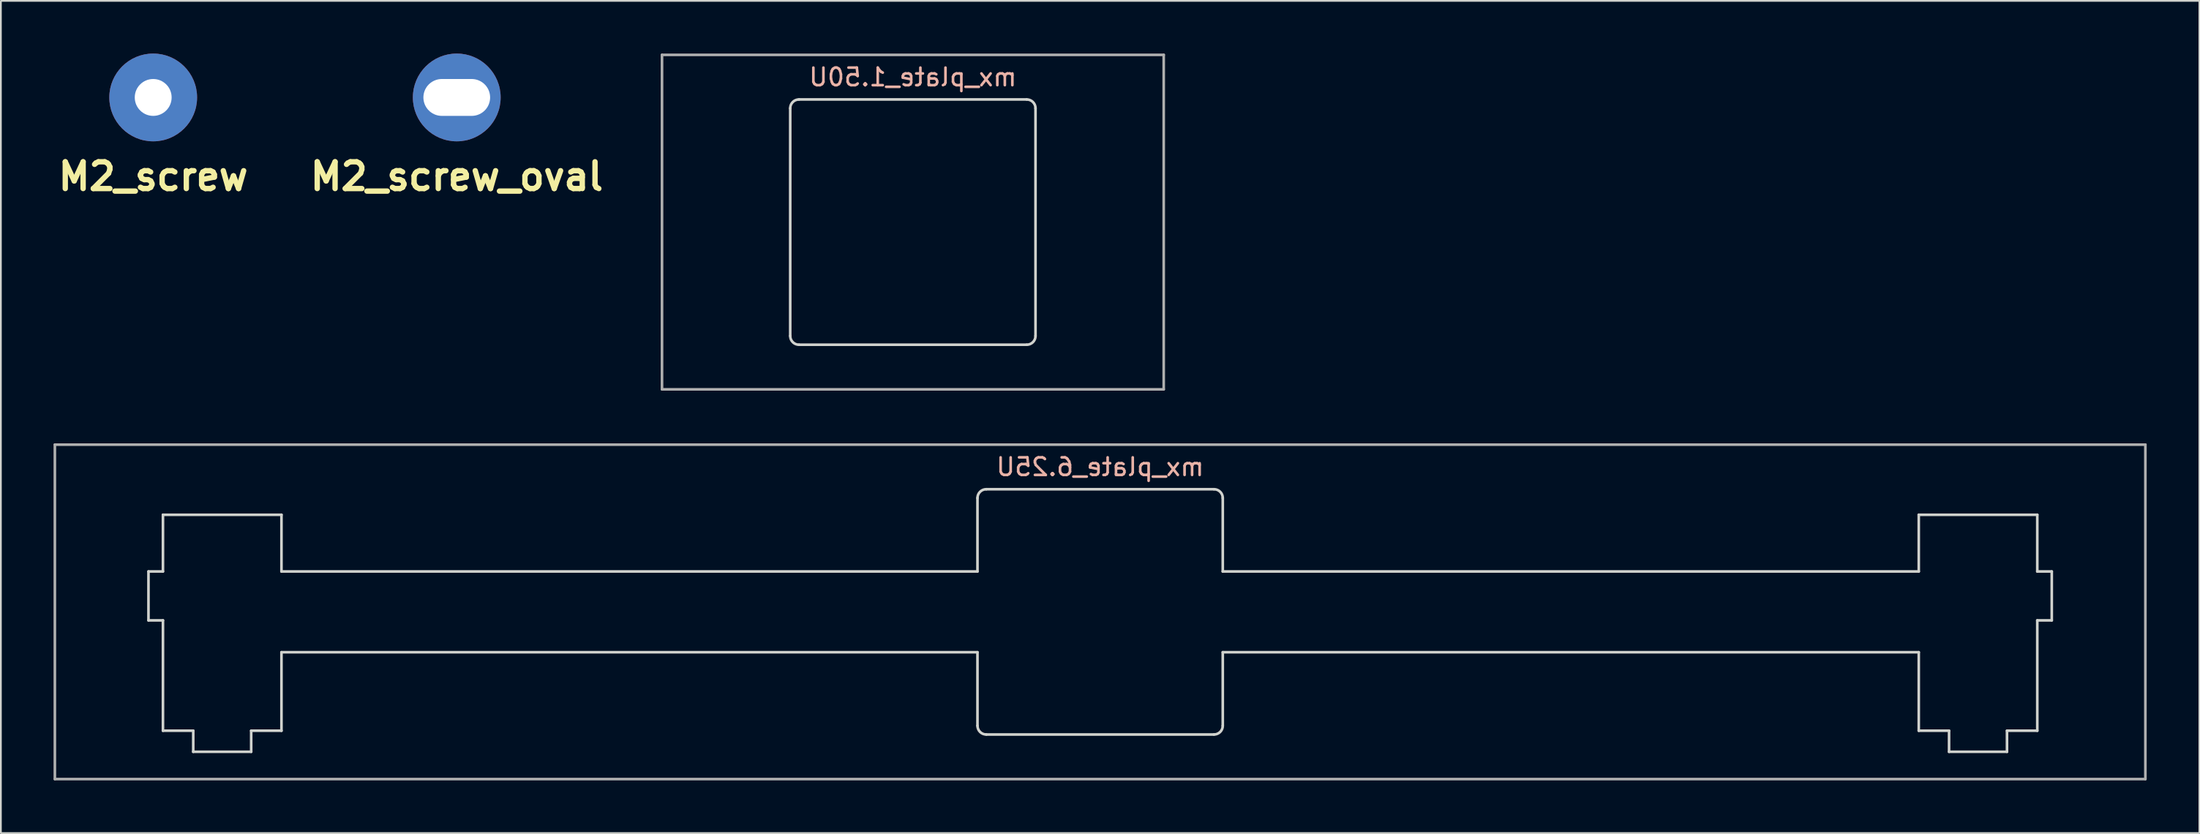
<source format=kicad_pcb>
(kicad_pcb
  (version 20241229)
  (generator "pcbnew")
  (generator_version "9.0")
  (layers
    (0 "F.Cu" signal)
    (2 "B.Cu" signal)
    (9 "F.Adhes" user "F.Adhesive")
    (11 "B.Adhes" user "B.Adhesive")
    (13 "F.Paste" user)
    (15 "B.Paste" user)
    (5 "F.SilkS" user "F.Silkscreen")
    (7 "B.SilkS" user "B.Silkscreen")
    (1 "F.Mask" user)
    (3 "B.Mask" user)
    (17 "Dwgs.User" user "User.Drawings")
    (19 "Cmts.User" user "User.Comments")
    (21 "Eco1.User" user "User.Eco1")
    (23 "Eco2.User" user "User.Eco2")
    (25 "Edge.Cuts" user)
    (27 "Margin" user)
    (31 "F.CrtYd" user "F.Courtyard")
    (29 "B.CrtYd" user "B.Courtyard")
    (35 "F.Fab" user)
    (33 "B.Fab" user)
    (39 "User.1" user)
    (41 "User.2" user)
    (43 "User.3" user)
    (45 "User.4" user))
  (footprint "mx_plate_1.50U"
    (layer "F.Cu")
    (at 48.941 9.6)
    (property "Reference" "mx_plate_1.50U" (at 0 -8.255 0) (layer "B.SilkS") (effects (font (size 1 1) (thickness 0.15)) (justify mirror)))
    (attr smd)
    (fp_line (start -6.985 6.485) (end -6.985 -6.485) (stroke (width 0.15) (type solid)) (layer "Edge.Cuts"))
    (fp_line (start -6.485 -6.985) (end 6.485 -6.985) (stroke (width 0.15) (type solid)) (layer "Edge.Cuts"))
    (fp_line (start 6.485 6.985) (end -6.485 6.985) (stroke (width 0.15) (type solid)) (layer "Edge.Cuts"))
    (fp_line (start 6.985 -6.485) (end 6.985 6.485) (stroke (width 0.15) (type solid)) (layer "Edge.Cuts"))
    (fp_arc (start -6.985 -6.485) (mid -6.838553 -6.838553) (end -6.485 -6.985) (stroke (width 0.15) (type solid)) (layer "Edge.Cuts"))
    (fp_arc (start -6.485 6.985) (mid -6.838553 6.838553) (end -6.985 6.485) (stroke (width 0.15) (type solid)) (layer "Edge.Cuts"))
    (fp_arc (start 6.485 -6.985) (mid 6.838553 -6.838553) (end 6.985 -6.485) (stroke (width 0.15) (type solid)) (layer "Edge.Cuts"))
    (fp_arc (start 6.985 6.485) (mid 6.838553 6.838553) (end 6.485 6.985) (stroke (width 0.15) (type solid)) (layer "Edge.Cuts"))
    (fp_line (start -14.287 -9.525) (end 14.287 -9.525) (stroke (width 0.15) (type solid)) (layer "F.Fab"))
    (fp_line (start -14.287 9.525) (end -14.287 -9.525) (stroke (width 0.15) (type solid)) (layer "F.Fab"))
    (fp_line (start 14.287 -9.525) (end 14.287 9.525) (stroke (width 0.15) (type solid)) (layer "F.Fab"))
    (fp_line (start 14.287 9.525) (end -14.287 9.525) (stroke (width 0.15) (type solid)) (layer "F.Fab")))
  (footprint "M2_screw_oval"
    (layer "F.Cu")
    (at 22.964 2.5)
    (property "Reference" "M2_screw_oval" (at 0 4.5 0) (layer "F.SilkS") (effects (font (size 1.524 1.524) (thickness 0.305))))
    (attr exclude_from_pos_files exclude_from_bom)
    (pad "1" thru_hole circle (at 0 0) (size 5 5) (drill oval 3.8 2.1) (layers "*.Cu" "*.Mask")))
  (footprint "M2_screw"
    (layer "F.Cu")
    (at 5.675 2.5)
    (property "Reference" "M2_screw" (at 0 4.5 0) (layer "F.SilkS") (effects (font (size 1.524 1.524) (thickness 0.305))))
    (attr exclude_from_pos_files exclude_from_bom)
    (pad "1" thru_hole circle (at 0 0) (size 5 5) (drill 2.1) (layers "*.Cu" "*.Mask")))
  (footprint "mx_plate_6.25U"
    (layer "F.Cu")
    (at 59.606 31.8)
    (property "Reference" "mx_plate_6.25U" (at 0 -8.255 0) (layer "B.SilkS") (effects (font (size 1 1) (thickness 0.15)) (justify mirror)))
    (attr smd)
    (fp_line (start -54.2 -2.3) (end -54.2 0.485) (stroke (width 0.15) (type solid)) (layer "Edge.Cuts"))
    (fp_line (start -54.2 -2.3) (end -53.375 -2.3) (stroke (width 0.15) (type solid)) (layer "Edge.Cuts"))
    (fp_line (start -54.2 0.485) (end -53.375 0.485) (stroke (width 0.15) (type solid)) (layer "Edge.Cuts"))
    (fp_line (start -53.375 -5.53) (end -53.375 -2.3) (stroke (width 0.15) (type solid)) (layer "Edge.Cuts"))
    (fp_line (start -53.375 -5.53) (end -46.625 -5.53) (stroke (width 0.15) (type solid)) (layer "Edge.Cuts"))
    (fp_line (start -53.375 0.485) (end -53.375 6.77) (stroke (width 0.15) (type solid)) (layer "Edge.Cuts"))
    (fp_line (start -53.375 6.77) (end -51.65 6.77) (stroke (width 0.15) (type solid)) (layer "Edge.Cuts"))
    (fp_line (start -51.65 6.77) (end -51.65 7.97) (stroke (width 0.15) (type solid)) (layer "Edge.Cuts"))
    (fp_line (start -51.65 7.97) (end -48.35 7.97) (stroke (width 0.15) (type solid)) (layer "Edge.Cuts"))
    (fp_line (start -48.35 6.77) (end -48.35 7.97) (stroke (width 0.15) (type solid)) (layer "Edge.Cuts"))
    (fp_line (start -48.35 6.77) (end -46.625 6.77) (stroke (width 0.15) (type solid)) (layer "Edge.Cuts"))
    (fp_line (start -46.625 -5.53) (end -46.625 -2.3) (stroke (width 0.15) (type solid)) (layer "Edge.Cuts"))
    (fp_line (start -46.625 -2.3) (end -6.985 -2.3) (stroke (width 0.15) (type solid)) (layer "Edge.Cuts"))
    (fp_line (start -46.625 2.3) (end -46.625 6.77) (stroke (width 0.15) (type solid)) (layer "Edge.Cuts"))
    (fp_line (start -46.625 2.3) (end -6.985 2.3) (stroke (width 0.15) (type solid)) (layer "Edge.Cuts"))
    (fp_line (start -6.985 -6.485) (end -6.985 -2.3) (stroke (width 0.15) (type solid)) (layer "Edge.Cuts"))
    (fp_line (start -6.985 2.3) (end -6.985 6.485) (stroke (width 0.15) (type solid)) (layer "Edge.Cuts"))
    (fp_line (start -6.485 6.985) (end 6.485 6.985) (stroke (width 0.15) (type solid)) (layer "Edge.Cuts"))
    (fp_line (start 6.485 -6.985) (end -6.485 -6.985) (stroke (width 0.15) (type solid)) (layer "Edge.Cuts"))
    (fp_line (start 6.985 -6.485) (end 6.985 -2.3) (stroke (width 0.15) (type solid)) (layer "Edge.Cuts"))
    (fp_line (start 6.985 -2.3) (end 46.625 -2.3) (stroke (width 0.15) (type solid)) (layer "Edge.Cuts"))
    (fp_line (start 6.985 2.3) (end 6.985 6.485) (stroke (width 0.15) (type solid)) (layer "Edge.Cuts"))
    (fp_line (start 6.985 2.3) (end 46.625 2.3) (stroke (width 0.15) (type solid)) (layer "Edge.Cuts"))
    (fp_line (start 46.625 -5.53) (end 46.625 -2.3) (stroke (width 0.15) (type solid)) (layer "Edge.Cuts"))
    (fp_line (start 46.625 -5.53) (end 53.375 -5.53) (stroke (width 0.15) (type solid)) (layer "Edge.Cuts"))
    (fp_line (start 46.625 2.3) (end 46.625 6.77) (stroke (width 0.15) (type solid)) (layer "Edge.Cuts"))
    (fp_line (start 46.625 6.77) (end 48.35 6.77) (stroke (width 0.15) (type solid)) (layer "Edge.Cuts"))
    (fp_line (start 48.35 6.77) (end 48.35 7.97) (stroke (width 0.15) (type solid)) (layer "Edge.Cuts"))
    (fp_line (start 48.35 7.97) (end 51.65 7.97) (stroke (width 0.15) (type solid)) (layer "Edge.Cuts"))
    (fp_line (start 51.65 6.77) (end 51.65 7.97) (stroke (width 0.15) (type solid)) (layer "Edge.Cuts"))
    (fp_line (start 51.65 6.77) (end 53.375 6.77) (stroke (width 0.15) (type solid)) (layer "Edge.Cuts"))
    (fp_line (start 53.375 -5.53) (end 53.375 -2.3) (stroke (width 0.15) (type solid)) (layer "Edge.Cuts"))
    (fp_line (start 53.375 0.485) (end 53.375 6.77) (stroke (width 0.15) (type solid)) (layer "Edge.Cuts"))
    (fp_line (start 54.2 -2.3) (end 53.375 -2.3) (stroke (width 0.15) (type solid)) (layer "Edge.Cuts"))
    (fp_line (start 54.2 0.485) (end 53.375 0.485) (stroke (width 0.15) (type solid)) (layer "Edge.Cuts"))
    (fp_line (start 54.2 0.485) (end 54.2 -2.3) (stroke (width 0.15) (type solid)) (layer "Edge.Cuts"))
    (fp_arc (start -6.985 -6.485) (mid -6.838553 -6.838553) (end -6.485 -6.985) (stroke (width 0.15) (type solid)) (layer "Edge.Cuts"))
    (fp_arc (start -6.485 6.985) (mid -6.838553 6.838553) (end -6.985 6.485) (stroke (width 0.15) (type solid)) (layer "Edge.Cuts"))
    (fp_arc (start 6.485 -6.985) (mid 6.838553 -6.838553) (end 6.985 -6.485) (stroke (width 0.15) (type solid)) (layer "Edge.Cuts"))
    (fp_arc (start 6.985 6.485) (mid 6.838553 6.838553) (end 6.485 6.985) (stroke (width 0.15) (type solid)) (layer "Edge.Cuts"))
    (fp_line (start -59.531 -9.525) (end 59.531 -9.525) (stroke (width 0.15) (type solid)) (layer "F.Fab"))
    (fp_line (start -59.531 9.525) (end -59.531 -9.525) (stroke (width 0.15) (type solid)) (layer "F.Fab"))
    (fp_line (start 59.531 -9.525) (end 59.531 9.525) (stroke (width 0.15) (type solid)) (layer "F.Fab"))
    (fp_line (start 59.531 9.525) (end -59.531 9.525) (stroke (width 0.15) (type solid)) (layer "F.Fab")))
  (gr_rect
    (start -3 -3)
    (end 122.213 44.4)
    (stroke (width 0.1) (type default))
    (fill no)
    (layer "Edge.Cuts")))
</source>
